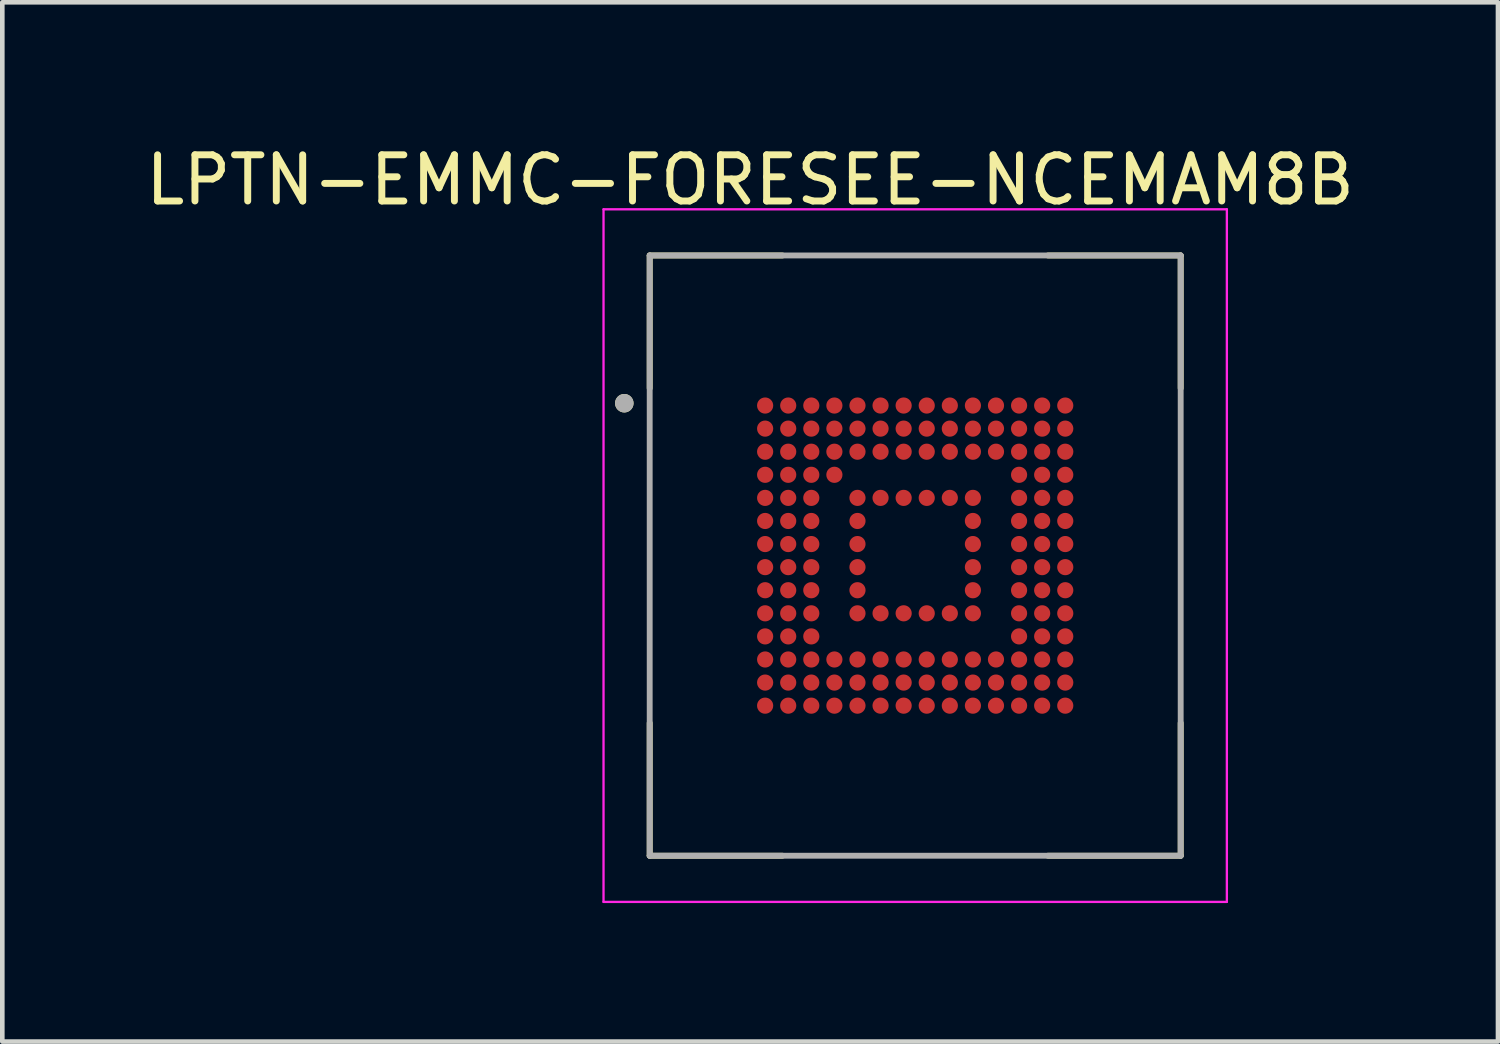
<source format=kicad_pcb>
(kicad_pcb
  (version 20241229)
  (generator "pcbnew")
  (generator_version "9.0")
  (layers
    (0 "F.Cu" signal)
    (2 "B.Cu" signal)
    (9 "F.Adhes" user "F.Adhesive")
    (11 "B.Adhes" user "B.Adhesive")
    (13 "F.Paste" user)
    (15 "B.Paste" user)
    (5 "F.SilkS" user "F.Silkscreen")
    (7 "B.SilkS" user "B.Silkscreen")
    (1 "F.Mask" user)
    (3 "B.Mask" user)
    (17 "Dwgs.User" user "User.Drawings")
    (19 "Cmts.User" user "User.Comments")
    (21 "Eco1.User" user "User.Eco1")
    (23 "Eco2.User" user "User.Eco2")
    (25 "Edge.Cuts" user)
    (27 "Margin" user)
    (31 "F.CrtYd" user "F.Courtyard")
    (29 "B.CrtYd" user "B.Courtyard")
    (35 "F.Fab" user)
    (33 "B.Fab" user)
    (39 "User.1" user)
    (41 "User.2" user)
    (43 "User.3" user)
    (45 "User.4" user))
  (footprint "LPTN-EMMC-FORESEE-NCEMAM8B"
    (layer "F.Cu")
    (at 16.771 8.983)
    (property "Reference" "LPTN-EMMC-FORESEE-NCEMAM8B" (at -3.575 -8.135 0) (layer "F.SilkS") (effects (font (size 1 1) (thickness 0.15))))
    (attr through_hole)
    (fp_circle (center -3.25 -3.25) (end -3.15 -3.25) (stroke (width 0.2) (type solid)) (fill no) (layer "F.Mask"))
    (fp_circle (center -3.25 -2.75) (end -3.15 -2.75) (stroke (width 0.2) (type solid)) (fill no) (layer "F.Mask"))
    (fp_circle (center -3.25 -2.25) (end -3.15 -2.25) (stroke (width 0.2) (type solid)) (fill no) (layer "F.Mask"))
    (fp_circle (center -3.25 -1.75) (end -3.15 -1.75) (stroke (width 0.2) (type solid)) (fill no) (layer "F.Mask"))
    (fp_circle (center -3.25 -1.25) (end -3.15 -1.25) (stroke (width 0.2) (type solid)) (fill no) (layer "F.Mask"))
    (fp_circle (center -3.25 -0.75) (end -3.15 -0.75) (stroke (width 0.2) (type solid)) (fill no) (layer "F.Mask"))
    (fp_circle (center -3.25 -0.25) (end -3.15 -0.25) (stroke (width 0.2) (type solid)) (fill no) (layer "F.Mask"))
    (fp_circle (center -3.25 0.25) (end -3.15 0.25) (stroke (width 0.2) (type solid)) (fill no) (layer "F.Mask"))
    (fp_circle (center -3.25 0.75) (end -3.15 0.75) (stroke (width 0.2) (type solid)) (fill no) (layer "F.Mask"))
    (fp_circle (center -3.25 1.25) (end -3.15 1.25) (stroke (width 0.2) (type solid)) (fill no) (layer "F.Mask"))
    (fp_circle (center -3.25 1.75) (end -3.15 1.75) (stroke (width 0.2) (type solid)) (fill no) (layer "F.Mask"))
    (fp_circle (center -3.25 2.25) (end -3.15 2.25) (stroke (width 0.2) (type solid)) (fill no) (layer "F.Mask"))
    (fp_circle (center -3.25 2.75) (end -3.15 2.75) (stroke (width 0.2) (type solid)) (fill no) (layer "F.Mask"))
    (fp_circle (center -3.25 3.25) (end -3.15 3.25) (stroke (width 0.2) (type solid)) (fill no) (layer "F.Mask"))
    (fp_circle (center -2.75 -3.25) (end -2.65 -3.25) (stroke (width 0.2) (type solid)) (fill no) (layer "F.Mask"))
    (fp_circle (center -2.75 -2.75) (end -2.65 -2.75) (stroke (width 0.2) (type solid)) (fill no) (layer "F.Mask"))
    (fp_circle (center -2.75 -2.25) (end -2.65 -2.25) (stroke (width 0.2) (type solid)) (fill no) (layer "F.Mask"))
    (fp_circle (center -2.75 -1.75) (end -2.65 -1.75) (stroke (width 0.2) (type solid)) (fill no) (layer "F.Mask"))
    (fp_circle (center -2.75 -1.25) (end -2.65 -1.25) (stroke (width 0.2) (type solid)) (fill no) (layer "F.Mask"))
    (fp_circle (center -2.75 -0.75) (end -2.65 -0.75) (stroke (width 0.2) (type solid)) (fill no) (layer "F.Mask"))
    (fp_circle (center -2.75 -0.25) (end -2.65 -0.25) (stroke (width 0.2) (type solid)) (fill no) (layer "F.Mask"))
    (fp_circle (center -2.75 0.25) (end -2.65 0.25) (stroke (width 0.2) (type solid)) (fill no) (layer "F.Mask"))
    (fp_circle (center -2.75 0.75) (end -2.65 0.75) (stroke (width 0.2) (type solid)) (fill no) (layer "F.Mask"))
    (fp_circle (center -2.75 1.25) (end -2.65 1.25) (stroke (width 0.2) (type solid)) (fill no) (layer "F.Mask"))
    (fp_circle (center -2.75 1.75) (end -2.65 1.75) (stroke (width 0.2) (type solid)) (fill no) (layer "F.Mask"))
    (fp_circle (center -2.75 2.25) (end -2.65 2.25) (stroke (width 0.2) (type solid)) (fill no) (layer "F.Mask"))
    (fp_circle (center -2.75 2.75) (end -2.65 2.75) (stroke (width 0.2) (type solid)) (fill no) (layer "F.Mask"))
    (fp_circle (center -2.75 3.25) (end -2.65 3.25) (stroke (width 0.2) (type solid)) (fill no) (layer "F.Mask"))
    (fp_circle (center -2.25 -3.25) (end -2.15 -3.25) (stroke (width 0.2) (type solid)) (fill no) (layer "F.Mask"))
    (fp_circle (center -2.25 -2.75) (end -2.15 -2.75) (stroke (width 0.2) (type solid)) (fill no) (layer "F.Mask"))
    (fp_circle (center -2.25 -2.25) (end -2.15 -2.25) (stroke (width 0.2) (type solid)) (fill no) (layer "F.Mask"))
    (fp_circle (center -2.25 -1.75) (end -2.15 -1.75) (stroke (width 0.2) (type solid)) (fill no) (layer "F.Mask"))
    (fp_circle (center -2.25 -1.25) (end -2.15 -1.25) (stroke (width 0.2) (type solid)) (fill no) (layer "F.Mask"))
    (fp_circle (center -2.25 -0.75) (end -2.15 -0.75) (stroke (width 0.2) (type solid)) (fill no) (layer "F.Mask"))
    (fp_circle (center -2.25 -0.25) (end -2.15 -0.25) (stroke (width 0.2) (type solid)) (fill no) (layer "F.Mask"))
    (fp_circle (center -2.25 0.25) (end -2.15 0.25) (stroke (width 0.2) (type solid)) (fill no) (layer "F.Mask"))
    (fp_circle (center -2.25 0.75) (end -2.15 0.75) (stroke (width 0.2) (type solid)) (fill no) (layer "F.Mask"))
    (fp_circle (center -2.25 1.25) (end -2.15 1.25) (stroke (width 0.2) (type solid)) (fill no) (layer "F.Mask"))
    (fp_circle (center -2.25 1.75) (end -2.15 1.75) (stroke (width 0.2) (type solid)) (fill no) (layer "F.Mask"))
    (fp_circle (center -2.25 2.25) (end -2.15 2.25) (stroke (width 0.2) (type solid)) (fill no) (layer "F.Mask"))
    (fp_circle (center -2.25 2.75) (end -2.15 2.75) (stroke (width 0.2) (type solid)) (fill no) (layer "F.Mask"))
    (fp_circle (center -2.25 3.25) (end -2.15 3.25) (stroke (width 0.2) (type solid)) (fill no) (layer "F.Mask"))
    (fp_circle (center -1.75 -3.25) (end -1.65 -3.25) (stroke (width 0.2) (type solid)) (fill no) (layer "F.Mask"))
    (fp_circle (center -1.75 -2.75) (end -1.65 -2.75) (stroke (width 0.2) (type solid)) (fill no) (layer "F.Mask"))
    (fp_circle (center -1.75 -2.25) (end -1.65 -2.25) (stroke (width 0.2) (type solid)) (fill no) (layer "F.Mask"))
    (fp_circle (center -1.75 -1.75) (end -1.65 -1.75) (stroke (width 0.2) (type solid)) (fill no) (layer "F.Mask"))
    (fp_circle (center -1.75 2.25) (end -1.65 2.25) (stroke (width 0.2) (type solid)) (fill no) (layer "F.Mask"))
    (fp_circle (center -1.75 2.75) (end -1.65 2.75) (stroke (width 0.2) (type solid)) (fill no) (layer "F.Mask"))
    (fp_circle (center -1.75 3.25) (end -1.65 3.25) (stroke (width 0.2) (type solid)) (fill no) (layer "F.Mask"))
    (fp_circle (center -1.25 -3.25) (end -1.15 -3.25) (stroke (width 0.2) (type solid)) (fill no) (layer "F.Mask"))
    (fp_circle (center -1.25 -2.75) (end -1.15 -2.75) (stroke (width 0.2) (type solid)) (fill no) (layer "F.Mask"))
    (fp_circle (center -1.25 -2.25) (end -1.15 -2.25) (stroke (width 0.2) (type solid)) (fill no) (layer "F.Mask"))
    (fp_circle (center -1.25 -1.25) (end -1.15 -1.25) (stroke (width 0.2) (type solid)) (fill no) (layer "F.Mask"))
    (fp_circle (center -1.25 -0.75) (end -1.15 -0.75) (stroke (width 0.2) (type solid)) (fill no) (layer "F.Mask"))
    (fp_circle (center -1.25 -0.25) (end -1.15 -0.25) (stroke (width 0.2) (type solid)) (fill no) (layer "F.Mask"))
    (fp_circle (center -1.25 0.25) (end -1.15 0.25) (stroke (width 0.2) (type solid)) (fill no) (layer "F.Mask"))
    (fp_circle (center -1.25 0.75) (end -1.15 0.75) (stroke (width 0.2) (type solid)) (fill no) (layer "F.Mask"))
    (fp_circle (center -1.25 1.25) (end -1.15 1.25) (stroke (width 0.2) (type solid)) (fill no) (layer "F.Mask"))
    (fp_circle (center -1.25 2.25) (end -1.15 2.25) (stroke (width 0.2) (type solid)) (fill no) (layer "F.Mask"))
    (fp_circle (center -1.25 2.75) (end -1.15 2.75) (stroke (width 0.2) (type solid)) (fill no) (layer "F.Mask"))
    (fp_circle (center -1.25 3.25) (end -1.15 3.25) (stroke (width 0.2) (type solid)) (fill no) (layer "F.Mask"))
    (fp_circle (center -0.75 -3.25) (end -0.65 -3.25) (stroke (width 0.2) (type solid)) (fill no) (layer "F.Mask"))
    (fp_circle (center -0.75 -2.75) (end -0.65 -2.75) (stroke (width 0.2) (type solid)) (fill no) (layer "F.Mask"))
    (fp_circle (center -0.75 -2.25) (end -0.65 -2.25) (stroke (width 0.2) (type solid)) (fill no) (layer "F.Mask"))
    (fp_circle (center -0.75 -1.25) (end -0.65 -1.25) (stroke (width 0.2) (type solid)) (fill no) (layer "F.Mask"))
    (fp_circle (center -0.75 1.25) (end -0.65 1.25) (stroke (width 0.2) (type solid)) (fill no) (layer "F.Mask"))
    (fp_circle (center -0.75 2.25) (end -0.65 2.25) (stroke (width 0.2) (type solid)) (fill no) (layer "F.Mask"))
    (fp_circle (center -0.75 2.75) (end -0.65 2.75) (stroke (width 0.2) (type solid)) (fill no) (layer "F.Mask"))
    (fp_circle (center -0.75 3.25) (end -0.65 3.25) (stroke (width 0.2) (type solid)) (fill no) (layer "F.Mask"))
    (fp_circle (center -0.25 -3.25) (end -0.15 -3.25) (stroke (width 0.2) (type solid)) (fill no) (layer "F.Mask"))
    (fp_circle (center -0.25 -2.75) (end -0.15 -2.75) (stroke (width 0.2) (type solid)) (fill no) (layer "F.Mask"))
    (fp_circle (center -0.25 -2.25) (end -0.15 -2.25) (stroke (width 0.2) (type solid)) (fill no) (layer "F.Mask"))
    (fp_circle (center -0.25 -1.25) (end -0.15 -1.25) (stroke (width 0.2) (type solid)) (fill no) (layer "F.Mask"))
    (fp_circle (center -0.25 1.25) (end -0.15 1.25) (stroke (width 0.2) (type solid)) (fill no) (layer "F.Mask"))
    (fp_circle (center -0.25 2.25) (end -0.15 2.25) (stroke (width 0.2) (type solid)) (fill no) (layer "F.Mask"))
    (fp_circle (center -0.25 2.75) (end -0.15 2.75) (stroke (width 0.2) (type solid)) (fill no) (layer "F.Mask"))
    (fp_circle (center -0.25 3.25) (end -0.15 3.25) (stroke (width 0.2) (type solid)) (fill no) (layer "F.Mask"))
    (fp_circle (center 0.25 -3.25) (end 0.35 -3.25) (stroke (width 0.2) (type solid)) (fill no) (layer "F.Mask"))
    (fp_circle (center 0.25 -2.75) (end 0.35 -2.75) (stroke (width 0.2) (type solid)) (fill no) (layer "F.Mask"))
    (fp_circle (center 0.25 -2.25) (end 0.35 -2.25) (stroke (width 0.2) (type solid)) (fill no) (layer "F.Mask"))
    (fp_circle (center 0.25 -1.25) (end 0.35 -1.25) (stroke (width 0.2) (type solid)) (fill no) (layer "F.Mask"))
    (fp_circle (center 0.25 1.25) (end 0.35 1.25) (stroke (width 0.2) (type solid)) (fill no) (layer "F.Mask"))
    (fp_circle (center 0.25 2.25) (end 0.35 2.25) (stroke (width 0.2) (type solid)) (fill no) (layer "F.Mask"))
    (fp_circle (center 0.25 2.75) (end 0.35 2.75) (stroke (width 0.2) (type solid)) (fill no) (layer "F.Mask"))
    (fp_circle (center 0.25 3.25) (end 0.35 3.25) (stroke (width 0.2) (type solid)) (fill no) (layer "F.Mask"))
    (fp_circle (center 0.75 -3.25) (end 0.85 -3.25) (stroke (width 0.2) (type solid)) (fill no) (layer "F.Mask"))
    (fp_circle (center 0.75 -2.75) (end 0.85 -2.75) (stroke (width 0.2) (type solid)) (fill no) (layer "F.Mask"))
    (fp_circle (center 0.75 -2.25) (end 0.85 -2.25) (stroke (width 0.2) (type solid)) (fill no) (layer "F.Mask"))
    (fp_circle (center 0.75 -1.25) (end 0.85 -1.25) (stroke (width 0.2) (type solid)) (fill no) (layer "F.Mask"))
    (fp_circle (center 0.75 1.25) (end 0.85 1.25) (stroke (width 0.2) (type solid)) (fill no) (layer "F.Mask"))
    (fp_circle (center 0.75 2.25) (end 0.85 2.25) (stroke (width 0.2) (type solid)) (fill no) (layer "F.Mask"))
    (fp_circle (center 0.75 2.75) (end 0.85 2.75) (stroke (width 0.2) (type solid)) (fill no) (layer "F.Mask"))
    (fp_circle (center 0.75 3.25) (end 0.85 3.25) (stroke (width 0.2) (type solid)) (fill no) (layer "F.Mask"))
    (fp_circle (center 1.25 -3.25) (end 1.35 -3.25) (stroke (width 0.2) (type solid)) (fill no) (layer "F.Mask"))
    (fp_circle (center 1.25 -2.75) (end 1.35 -2.75) (stroke (width 0.2) (type solid)) (fill no) (layer "F.Mask"))
    (fp_circle (center 1.25 -2.25) (end 1.35 -2.25) (stroke (width 0.2) (type solid)) (fill no) (layer "F.Mask"))
    (fp_circle (center 1.25 -1.25) (end 1.35 -1.25) (stroke (width 0.2) (type solid)) (fill no) (layer "F.Mask"))
    (fp_circle (center 1.25 -0.75) (end 1.35 -0.75) (stroke (width 0.2) (type solid)) (fill no) (layer "F.Mask"))
    (fp_circle (center 1.25 -0.25) (end 1.35 -0.25) (stroke (width 0.2) (type solid)) (fill no) (layer "F.Mask"))
    (fp_circle (center 1.25 0.25) (end 1.35 0.25) (stroke (width 0.2) (type solid)) (fill no) (layer "F.Mask"))
    (fp_circle (center 1.25 0.75) (end 1.35 0.75) (stroke (width 0.2) (type solid)) (fill no) (layer "F.Mask"))
    (fp_circle (center 1.25 1.25) (end 1.35 1.25) (stroke (width 0.2) (type solid)) (fill no) (layer "F.Mask"))
    (fp_circle (center 1.25 2.25) (end 1.35 2.25) (stroke (width 0.2) (type solid)) (fill no) (layer "F.Mask"))
    (fp_circle (center 1.25 2.75) (end 1.35 2.75) (stroke (width 0.2) (type solid)) (fill no) (layer "F.Mask"))
    (fp_circle (center 1.25 3.25) (end 1.35 3.25) (stroke (width 0.2) (type solid)) (fill no) (layer "F.Mask"))
    (fp_circle (center 1.75 -3.25) (end 1.85 -3.25) (stroke (width 0.2) (type solid)) (fill no) (layer "F.Mask"))
    (fp_circle (center 1.75 -2.75) (end 1.85 -2.75) (stroke (width 0.2) (type solid)) (fill no) (layer "F.Mask"))
    (fp_circle (center 1.75 -2.25) (end 1.85 -2.25) (stroke (width 0.2) (type solid)) (fill no) (layer "F.Mask"))
    (fp_circle (center 1.75 2.25) (end 1.85 2.25) (stroke (width 0.2) (type solid)) (fill no) (layer "F.Mask"))
    (fp_circle (center 1.75 2.75) (end 1.85 2.75) (stroke (width 0.2) (type solid)) (fill no) (layer "F.Mask"))
    (fp_circle (center 1.75 3.25) (end 1.85 3.25) (stroke (width 0.2) (type solid)) (fill no) (layer "F.Mask"))
    (fp_circle (center 2.25 -3.25) (end 2.35 -3.25) (stroke (width 0.2) (type solid)) (fill no) (layer "F.Mask"))
    (fp_circle (center 2.25 -2.75) (end 2.35 -2.75) (stroke (width 0.2) (type solid)) (fill no) (layer "F.Mask"))
    (fp_circle (center 2.25 -2.25) (end 2.35 -2.25) (stroke (width 0.2) (type solid)) (fill no) (layer "F.Mask"))
    (fp_circle (center 2.25 -1.75) (end 2.35 -1.75) (stroke (width 0.2) (type solid)) (fill no) (layer "F.Mask"))
    (fp_circle (center 2.25 -1.25) (end 2.35 -1.25) (stroke (width 0.2) (type solid)) (fill no) (layer "F.Mask"))
    (fp_circle (center 2.25 -0.75) (end 2.35 -0.75) (stroke (width 0.2) (type solid)) (fill no) (layer "F.Mask"))
    (fp_circle (center 2.25 -0.25) (end 2.35 -0.25) (stroke (width 0.2) (type solid)) (fill no) (layer "F.Mask"))
    (fp_circle (center 2.25 0.25) (end 2.35 0.25) (stroke (width 0.2) (type solid)) (fill no) (layer "F.Mask"))
    (fp_circle (center 2.25 0.75) (end 2.35 0.75) (stroke (width 0.2) (type solid)) (fill no) (layer "F.Mask"))
    (fp_circle (center 2.25 1.25) (end 2.35 1.25) (stroke (width 0.2) (type solid)) (fill no) (layer "F.Mask"))
    (fp_circle (center 2.25 1.75) (end 2.35 1.75) (stroke (width 0.2) (type solid)) (fill no) (layer "F.Mask"))
    (fp_circle (center 2.25 2.25) (end 2.35 2.25) (stroke (width 0.2) (type solid)) (fill no) (layer "F.Mask"))
    (fp_circle (center 2.25 2.75) (end 2.35 2.75) (stroke (width 0.2) (type solid)) (fill no) (layer "F.Mask"))
    (fp_circle (center 2.25 3.25) (end 2.35 3.25) (stroke (width 0.2) (type solid)) (fill no) (layer "F.Mask"))
    (fp_circle (center 2.75 -3.25) (end 2.85 -3.25) (stroke (width 0.2) (type solid)) (fill no) (layer "F.Mask"))
    (fp_circle (center 2.75 -2.75) (end 2.85 -2.75) (stroke (width 0.2) (type solid)) (fill no) (layer "F.Mask"))
    (fp_circle (center 2.75 -2.25) (end 2.85 -2.25) (stroke (width 0.2) (type solid)) (fill no) (layer "F.Mask"))
    (fp_circle (center 2.75 -1.75) (end 2.85 -1.75) (stroke (width 0.2) (type solid)) (fill no) (layer "F.Mask"))
    (fp_circle (center 2.75 -1.25) (end 2.85 -1.25) (stroke (width 0.2) (type solid)) (fill no) (layer "F.Mask"))
    (fp_circle (center 2.75 -0.75) (end 2.85 -0.75) (stroke (width 0.2) (type solid)) (fill no) (layer "F.Mask"))
    (fp_circle (center 2.75 -0.25) (end 2.85 -0.25) (stroke (width 0.2) (type solid)) (fill no) (layer "F.Mask"))
    (fp_circle (center 2.75 0.25) (end 2.85 0.25) (stroke (width 0.2) (type solid)) (fill no) (layer "F.Mask"))
    (fp_circle (center 2.75 0.75) (end 2.85 0.75) (stroke (width 0.2) (type solid)) (fill no) (layer "F.Mask"))
    (fp_circle (center 2.75 1.25) (end 2.85 1.25) (stroke (width 0.2) (type solid)) (fill no) (layer "F.Mask"))
    (fp_circle (center 2.75 1.75) (end 2.85 1.75) (stroke (width 0.2) (type solid)) (fill no) (layer "F.Mask"))
    (fp_circle (center 2.75 2.25) (end 2.85 2.25) (stroke (width 0.2) (type solid)) (fill no) (layer "F.Mask"))
    (fp_circle (center 2.75 2.75) (end 2.85 2.75) (stroke (width 0.2) (type solid)) (fill no) (layer "F.Mask"))
    (fp_circle (center 2.75 3.25) (end 2.85 3.25) (stroke (width 0.2) (type solid)) (fill no) (layer "F.Mask"))
    (fp_circle (center 3.25 -3.25) (end 3.35 -3.25) (stroke (width 0.2) (type solid)) (fill no) (layer "F.Mask"))
    (fp_circle (center 3.25 -2.75) (end 3.35 -2.75) (stroke (width 0.2) (type solid)) (fill no) (layer "F.Mask"))
    (fp_circle (center 3.25 -2.25) (end 3.35 -2.25) (stroke (width 0.2) (type solid)) (fill no) (layer "F.Mask"))
    (fp_circle (center 3.25 -1.75) (end 3.35 -1.75) (stroke (width 0.2) (type solid)) (fill no) (layer "F.Mask"))
    (fp_circle (center 3.25 -1.25) (end 3.35 -1.25) (stroke (width 0.2) (type solid)) (fill no) (layer "F.Mask"))
    (fp_circle (center 3.25 -0.75) (end 3.35 -0.75) (stroke (width 0.2) (type solid)) (fill no) (layer "F.Mask"))
    (fp_circle (center 3.25 -0.25) (end 3.35 -0.25) (stroke (width 0.2) (type solid)) (fill no) (layer "F.Mask"))
    (fp_circle (center 3.25 0.25) (end 3.35 0.25) (stroke (width 0.2) (type solid)) (fill no) (layer "F.Mask"))
    (fp_circle (center 3.25 0.75) (end 3.35 0.75) (stroke (width 0.2) (type solid)) (fill no) (layer "F.Mask"))
    (fp_circle (center 3.25 1.25) (end 3.35 1.25) (stroke (width 0.2) (type solid)) (fill no) (layer "F.Mask"))
    (fp_circle (center 3.25 1.75) (end 3.35 1.75) (stroke (width 0.2) (type solid)) (fill no) (layer "F.Mask"))
    (fp_circle (center 3.25 2.25) (end 3.35 2.25) (stroke (width 0.2) (type solid)) (fill no) (layer "F.Mask"))
    (fp_circle (center 3.25 2.75) (end 3.35 2.75) (stroke (width 0.2) (type solid)) (fill no) (layer "F.Mask"))
    (fp_circle (center 3.25 3.25) (end 3.35 3.25) (stroke (width 0.2) (type solid)) (fill no) (layer "F.Mask"))
    (fp_line (start -5.75 -3.625) (end -5.75 -6.5) (stroke (width 0.127) (type solid)) (layer "F.SilkS"))
    (fp_line (start -5.75 6.5) (end -5.75 3.625) (stroke (width 0.127) (type solid)) (layer "F.SilkS"))
    (fp_line (start -2.875 -6.5) (end -5.75 -6.5) (stroke (width 0.127) (type solid)) (layer "F.SilkS"))
    (fp_line (start -2.875 6.5) (end -5.75 6.5) (stroke (width 0.127) (type solid)) (layer "F.SilkS"))
    (fp_line (start 5.75 -6.5) (end 2.875 -6.5) (stroke (width 0.127) (type solid)) (layer "F.SilkS"))
    (fp_line (start 5.75 -3.625) (end 5.75 -6.5) (stroke (width 0.127) (type solid)) (layer "F.SilkS"))
    (fp_line (start 5.75 6.5) (end 2.875 6.5) (stroke (width 0.127) (type solid)) (layer "F.SilkS"))
    (fp_line (start 5.75 6.5) (end 5.75 3.625) (stroke (width 0.127) (type solid)) (layer "F.SilkS"))
    (fp_circle (center -6.3 -3.3) (end -6.2 -3.3) (stroke (width 0.2) (type solid)) (fill no) (layer "F.SilkS"))
    (fp_line (start -6.75 -7.5) (end 6.75 -7.5) (stroke (width 0.05) (type solid)) (layer "F.CrtYd"))
    (fp_line (start -6.75 7.5) (end -6.75 -7.5) (stroke (width 0.05) (type solid)) (layer "F.CrtYd"))
    (fp_line (start -6.75 7.5) (end 6.75 7.5) (stroke (width 0.05) (type solid)) (layer "F.CrtYd"))
    (fp_line (start 6.75 7.5) (end 6.75 -7.5) (stroke (width 0.05) (type solid)) (layer "F.CrtYd"))
    (fp_line (start -5.75 6.5) (end -5.75 -6.5) (stroke (width 0.127) (type solid)) (layer "F.Fab"))
    (fp_line (start 5.75 -6.5) (end -5.75 -6.5) (stroke (width 0.127) (type solid)) (layer "F.Fab"))
    (fp_line (start 5.75 6.5) (end -5.75 6.5) (stroke (width 0.127) (type solid)) (layer "F.Fab"))
    (fp_line (start 5.75 6.5) (end 5.75 -6.5) (stroke (width 0.127) (type solid)) (layer "F.Fab"))
    (fp_circle (center -6.3 -3.3) (end -6.2 -3.3) (stroke (width 0.2) (type solid)) (fill no) (layer "F.Fab"))
    (pad "A1" smd circle (at -3.25 -3.25) (size 0.35 0.35) (layers "F.Cu" "F.Paste"))
    (pad "A2" smd circle (at -2.75 -3.25) (size 0.35 0.35) (layers "F.Cu" "F.Paste"))
    (pad "A3" smd circle (at -2.25 -3.25) (size 0.35 0.35) (layers "F.Cu" "F.Paste"))
    (pad "A4" smd circle (at -1.75 -3.25) (size 0.35 0.35) (layers "F.Cu" "F.Paste"))
    (pad "A5" smd circle (at -1.25 -3.25) (size 0.35 0.35) (layers "F.Cu" "F.Paste"))
    (pad "A6" smd circle (at -0.75 -3.25) (size 0.35 0.35) (layers "F.Cu" "F.Paste"))
    (pad "A7" smd circle (at -0.25 -3.25) (size 0.35 0.35) (layers "F.Cu" "F.Paste"))
    (pad "A8" smd circle (at 0.25 -3.25) (size 0.35 0.35) (layers "F.Cu" "F.Paste"))
    (pad "A9" smd circle (at 0.75 -3.25) (size 0.35 0.35) (layers "F.Cu" "F.Paste"))
    (pad "A10" smd circle (at 1.25 -3.25) (size 0.35 0.35) (layers "F.Cu" "F.Paste"))
    (pad "A11" smd circle (at 1.75 -3.25) (size 0.35 0.35) (layers "F.Cu" "F.Paste"))
    (pad "A12" smd circle (at 2.25 -3.25) (size 0.35 0.35) (layers "F.Cu" "F.Paste"))
    (pad "A13" smd circle (at 2.75 -3.25) (size 0.35 0.35) (layers "F.Cu" "F.Paste"))
    (pad "A14" smd circle (at 3.25 -3.25) (size 0.35 0.35) (layers "F.Cu" "F.Paste"))
    (pad "B1" smd circle (at -3.25 -2.75) (size 0.35 0.35) (layers "F.Cu" "F.Paste"))
    (pad "B2" smd circle (at -2.75 -2.75) (size 0.35 0.35) (layers "F.Cu" "F.Paste"))
    (pad "B3" smd circle (at -2.25 -2.75) (size 0.35 0.35) (layers "F.Cu" "F.Paste"))
    (pad "B4" smd circle (at -1.75 -2.75) (size 0.35 0.35) (layers "F.Cu" "F.Paste"))
    (pad "B5" smd circle (at -1.25 -2.75) (size 0.35 0.35) (layers "F.Cu" "F.Paste"))
    (pad "B6" smd circle (at -0.75 -2.75) (size 0.35 0.35) (layers "F.Cu" "F.Paste"))
    (pad "B7" smd circle (at -0.25 -2.75) (size 0.35 0.35) (layers "F.Cu" "F.Paste"))
    (pad "B8" smd circle (at 0.25 -2.75) (size 0.35 0.35) (layers "F.Cu" "F.Paste"))
    (pad "B9" smd circle (at 0.75 -2.75) (size 0.35 0.35) (layers "F.Cu" "F.Paste"))
    (pad "B10" smd circle (at 1.25 -2.75) (size 0.35 0.35) (layers "F.Cu" "F.Paste"))
    (pad "B11" smd circle (at 1.75 -2.75) (size 0.35 0.35) (layers "F.Cu" "F.Paste"))
    (pad "B12" smd circle (at 2.25 -2.75) (size 0.35 0.35) (layers "F.Cu" "F.Paste"))
    (pad "B13" smd circle (at 2.75 -2.75) (size 0.35 0.35) (layers "F.Cu" "F.Paste"))
    (pad "B14" smd circle (at 3.25 -2.75) (size 0.35 0.35) (layers "F.Cu" "F.Paste"))
    (pad "C1" smd circle (at -3.25 -2.25) (size 0.35 0.35) (layers "F.Cu" "F.Paste"))
    (pad "C2" smd circle (at -2.75 -2.25) (size 0.35 0.35) (layers "F.Cu" "F.Paste"))
    (pad "C3" smd circle (at -2.25 -2.25) (size 0.35 0.35) (layers "F.Cu" "F.Paste"))
    (pad "C4" smd circle (at -1.75 -2.25) (size 0.35 0.35) (layers "F.Cu" "F.Paste"))
    (pad "C5" smd circle (at -1.25 -2.25) (size 0.35 0.35) (layers "F.Cu" "F.Paste"))
    (pad "C6" smd circle (at -0.75 -2.25) (size 0.35 0.35) (layers "F.Cu" "F.Paste"))
    (pad "C7" smd circle (at -0.25 -2.25) (size 0.35 0.35) (layers "F.Cu" "F.Paste"))
    (pad "C8" smd circle (at 0.25 -2.25) (size 0.35 0.35) (layers "F.Cu" "F.Paste"))
    (pad "C9" smd circle (at 0.75 -2.25) (size 0.35 0.35) (layers "F.Cu" "F.Paste"))
    (pad "C10" smd circle (at 1.25 -2.25) (size 0.35 0.35) (layers "F.Cu" "F.Paste"))
    (pad "C11" smd circle (at 1.75 -2.25) (size 0.35 0.35) (layers "F.Cu" "F.Paste"))
    (pad "C12" smd circle (at 2.25 -2.25) (size 0.35 0.35) (layers "F.Cu" "F.Paste"))
    (pad "C13" smd circle (at 2.75 -2.25) (size 0.35 0.35) (layers "F.Cu" "F.Paste"))
    (pad "C14" smd circle (at 3.25 -2.25) (size 0.35 0.35) (layers "F.Cu" "F.Paste"))
    (pad "D1" smd circle (at -3.25 -1.75) (size 0.35 0.35) (layers "F.Cu" "F.Paste"))
    (pad "D2" smd circle (at -2.75 -1.75) (size 0.35 0.35) (layers "F.Cu" "F.Paste"))
    (pad "D3" smd circle (at -2.25 -1.75) (size 0.35 0.35) (layers "F.Cu" "F.Paste"))
    (pad "D4" smd circle (at -1.75 -1.75) (size 0.35 0.35) (layers "F.Cu" "F.Paste"))
    (pad "D12" smd circle (at 2.25 -1.75) (size 0.35 0.35) (layers "F.Cu" "F.Paste"))
    (pad "D13" smd circle (at 2.75 -1.75) (size 0.35 0.35) (layers "F.Cu" "F.Paste"))
    (pad "D14" smd circle (at 3.25 -1.75) (size 0.35 0.35) (layers "F.Cu" "F.Paste"))
    (pad "E1" smd circle (at -3.25 -1.25) (size 0.35 0.35) (layers "F.Cu" "F.Paste"))
    (pad "E2" smd circle (at -2.75 -1.25) (size 0.35 0.35) (layers "F.Cu" "F.Paste"))
    (pad "E3" smd circle (at -2.25 -1.25) (size 0.35 0.35) (layers "F.Cu" "F.Paste"))
    (pad "E5" smd circle (at -1.25 -1.25) (size 0.35 0.35) (layers "F.Cu" "F.Paste"))
    (pad "E6" smd circle (at -0.75 -1.25) (size 0.35 0.35) (layers "F.Cu" "F.Paste"))
    (pad "E7" smd circle (at -0.25 -1.25) (size 0.35 0.35) (layers "F.Cu" "F.Paste"))
    (pad "E8" smd circle (at 0.25 -1.25) (size 0.35 0.35) (layers "F.Cu" "F.Paste"))
    (pad "E9" smd circle (at 0.75 -1.25) (size 0.35 0.35) (layers "F.Cu" "F.Paste"))
    (pad "E10" smd circle (at 1.25 -1.25) (size 0.35 0.35) (layers "F.Cu" "F.Paste"))
    (pad "E12" smd circle (at 2.25 -1.25) (size 0.35 0.35) (layers "F.Cu" "F.Paste"))
    (pad "E13" smd circle (at 2.75 -1.25) (size 0.35 0.35) (layers "F.Cu" "F.Paste"))
    (pad "E14" smd circle (at 3.25 -1.25) (size 0.35 0.35) (layers "F.Cu" "F.Paste"))
    (pad "F1" smd circle (at -3.25 -0.75) (size 0.35 0.35) (layers "F.Cu" "F.Paste"))
    (pad "F2" smd circle (at -2.75 -0.75) (size 0.35 0.35) (layers "F.Cu" "F.Paste"))
    (pad "F3" smd circle (at -2.25 -0.75) (size 0.35 0.35) (layers "F.Cu" "F.Paste"))
    (pad "F5" smd circle (at -1.25 -0.75) (size 0.35 0.35) (layers "F.Cu" "F.Paste"))
    (pad "F10" smd circle (at 1.25 -0.75) (size 0.35 0.35) (layers "F.Cu" "F.Paste"))
    (pad "F12" smd circle (at 2.25 -0.75) (size 0.35 0.35) (layers "F.Cu" "F.Paste"))
    (pad "F13" smd circle (at 2.75 -0.75) (size 0.35 0.35) (layers "F.Cu" "F.Paste"))
    (pad "F14" smd circle (at 3.25 -0.75) (size 0.35 0.35) (layers "F.Cu" "F.Paste"))
    (pad "G1" smd circle (at -3.25 -0.25) (size 0.35 0.35) (layers "F.Cu" "F.Paste"))
    (pad "G2" smd circle (at -2.75 -0.25) (size 0.35 0.35) (layers "F.Cu" "F.Paste"))
    (pad "G3" smd circle (at -2.25 -0.25) (size 0.35 0.35) (layers "F.Cu" "F.Paste"))
    (pad "G5" smd circle (at -1.25 -0.25) (size 0.35 0.35) (layers "F.Cu" "F.Paste"))
    (pad "G10" smd circle (at 1.25 -0.25) (size 0.35 0.35) (layers "F.Cu" "F.Paste"))
    (pad "G12" smd circle (at 2.25 -0.25) (size 0.35 0.35) (layers "F.Cu" "F.Paste"))
    (pad "G13" smd circle (at 2.75 -0.25) (size 0.35 0.35) (layers "F.Cu" "F.Paste"))
    (pad "G14" smd circle (at 3.25 -0.25) (size 0.35 0.35) (layers "F.Cu" "F.Paste"))
    (pad "H1" smd circle (at -3.25 0.25) (size 0.35 0.35) (layers "F.Cu" "F.Paste"))
    (pad "H2" smd circle (at -2.75 0.25) (size 0.35 0.35) (layers "F.Cu" "F.Paste"))
    (pad "H3" smd circle (at -2.25 0.25) (size 0.35 0.35) (layers "F.Cu" "F.Paste"))
    (pad "H5" smd circle (at -1.25 0.25) (size 0.35 0.35) (layers "F.Cu" "F.Paste"))
    (pad "H10" smd circle (at 1.25 0.25) (size 0.35 0.35) (layers "F.Cu" "F.Paste"))
    (pad "H12" smd circle (at 2.25 0.25) (size 0.35 0.35) (layers "F.Cu" "F.Paste"))
    (pad "H13" smd circle (at 2.75 0.25) (size 0.35 0.35) (layers "F.Cu" "F.Paste"))
    (pad "H14" smd circle (at 3.25 0.25) (size 0.35 0.35) (layers "F.Cu" "F.Paste"))
    (pad "J1" smd circle (at -3.25 0.75) (size 0.35 0.35) (layers "F.Cu" "F.Paste"))
    (pad "J2" smd circle (at -2.75 0.75) (size 0.35 0.35) (layers "F.Cu" "F.Paste"))
    (pad "J3" smd circle (at -2.25 0.75) (size 0.35 0.35) (layers "F.Cu" "F.Paste"))
    (pad "J5" smd circle (at -1.25 0.75) (size 0.35 0.35) (layers "F.Cu" "F.Paste"))
    (pad "J10" smd circle (at 1.25 0.75) (size 0.35 0.35) (layers "F.Cu" "F.Paste"))
    (pad "J12" smd circle (at 2.25 0.75) (size 0.35 0.35) (layers "F.Cu" "F.Paste"))
    (pad "J13" smd circle (at 2.75 0.75) (size 0.35 0.35) (layers "F.Cu" "F.Paste"))
    (pad "J14" smd circle (at 3.25 0.75) (size 0.35 0.35) (layers "F.Cu" "F.Paste"))
    (pad "K1" smd circle (at -3.25 1.25) (size 0.35 0.35) (layers "F.Cu" "F.Paste"))
    (pad "K2" smd circle (at -2.75 1.25) (size 0.35 0.35) (layers "F.Cu" "F.Paste"))
    (pad "K3" smd circle (at -2.25 1.25) (size 0.35 0.35) (layers "F.Cu" "F.Paste"))
    (pad "K5" smd circle (at -1.25 1.25) (size 0.35 0.35) (layers "F.Cu" "F.Paste"))
    (pad "K6" smd circle (at -0.75 1.25) (size 0.35 0.35) (layers "F.Cu" "F.Paste"))
    (pad "K7" smd circle (at -0.25 1.25) (size 0.35 0.35) (layers "F.Cu" "F.Paste"))
    (pad "K8" smd circle (at 0.25 1.25) (size 0.35 0.35) (layers "F.Cu" "F.Paste"))
    (pad "K9" smd circle (at 0.75 1.25) (size 0.35 0.35) (layers "F.Cu" "F.Paste"))
    (pad "K10" smd circle (at 1.25 1.25) (size 0.35 0.35) (layers "F.Cu" "F.Paste"))
    (pad "K12" smd circle (at 2.25 1.25) (size 0.35 0.35) (layers "F.Cu" "F.Paste"))
    (pad "K13" smd circle (at 2.75 1.25) (size 0.35 0.35) (layers "F.Cu" "F.Paste"))
    (pad "K14" smd circle (at 3.25 1.25) (size 0.35 0.35) (layers "F.Cu" "F.Paste"))
    (pad "L1" smd circle (at -3.25 1.75) (size 0.35 0.35) (layers "F.Cu" "F.Paste"))
    (pad "L2" smd circle (at -2.75 1.75) (size 0.35 0.35) (layers "F.Cu" "F.Paste"))
    (pad "L3" smd circle (at -2.25 1.75) (size 0.35 0.35) (layers "F.Cu" "F.Paste"))
    (pad "L12" smd circle (at 2.25 1.75) (size 0.35 0.35) (layers "F.Cu" "F.Paste"))
    (pad "L13" smd circle (at 2.75 1.75) (size 0.35 0.35) (layers "F.Cu" "F.Paste"))
    (pad "L14" smd circle (at 3.25 1.75) (size 0.35 0.35) (layers "F.Cu" "F.Paste"))
    (pad "M1" smd circle (at -3.25 2.25) (size 0.35 0.35) (layers "F.Cu" "F.Paste"))
    (pad "M2" smd circle (at -2.75 2.25) (size 0.35 0.35) (layers "F.Cu" "F.Paste"))
    (pad "M3" smd circle (at -2.25 2.25) (size 0.35 0.35) (layers "F.Cu" "F.Paste"))
    (pad "M4" smd circle (at -1.75 2.25) (size 0.35 0.35) (layers "F.Cu" "F.Paste"))
    (pad "M5" smd circle (at -1.25 2.25) (size 0.35 0.35) (layers "F.Cu" "F.Paste"))
    (pad "M6" smd circle (at -0.75 2.25) (size 0.35 0.35) (layers "F.Cu" "F.Paste"))
    (pad "M7" smd circle (at -0.25 2.25) (size 0.35 0.35) (layers "F.Cu" "F.Paste"))
    (pad "M8" smd circle (at 0.25 2.25) (size 0.35 0.35) (layers "F.Cu" "F.Paste"))
    (pad "M9" smd circle (at 0.75 2.25) (size 0.35 0.35) (layers "F.Cu" "F.Paste"))
    (pad "M10" smd circle (at 1.25 2.25) (size 0.35 0.35) (layers "F.Cu" "F.Paste"))
    (pad "M11" smd circle (at 1.75 2.25) (size 0.35 0.35) (layers "F.Cu" "F.Paste"))
    (pad "M12" smd circle (at 2.25 2.25) (size 0.35 0.35) (layers "F.Cu" "F.Paste"))
    (pad "M13" smd circle (at 2.75 2.25) (size 0.35 0.35) (layers "F.Cu" "F.Paste"))
    (pad "M14" smd circle (at 3.25 2.25) (size 0.35 0.35) (layers "F.Cu" "F.Paste"))
    (pad "N1" smd circle (at -3.25 2.75) (size 0.35 0.35) (layers "F.Cu" "F.Paste"))
    (pad "N2" smd circle (at -2.75 2.75) (size 0.35 0.35) (layers "F.Cu" "F.Paste"))
    (pad "N3" smd circle (at -2.25 2.75) (size 0.35 0.35) (layers "F.Cu" "F.Paste"))
    (pad "N4" smd circle (at -1.75 2.75) (size 0.35 0.35) (layers "F.Cu" "F.Paste"))
    (pad "N5" smd circle (at -1.25 2.75) (size 0.35 0.35) (layers "F.Cu" "F.Paste"))
    (pad "N6" smd circle (at -0.75 2.75) (size 0.35 0.35) (layers "F.Cu" "F.Paste"))
    (pad "N7" smd circle (at -0.25 2.75) (size 0.35 0.35) (layers "F.Cu" "F.Paste"))
    (pad "N8" smd circle (at 0.25 2.75) (size 0.35 0.35) (layers "F.Cu" "F.Paste"))
    (pad "N9" smd circle (at 0.75 2.75) (size 0.35 0.35) (layers "F.Cu" "F.Paste"))
    (pad "N10" smd circle (at 1.25 2.75) (size 0.35 0.35) (layers "F.Cu" "F.Paste"))
    (pad "N11" smd circle (at 1.75 2.75) (size 0.35 0.35) (layers "F.Cu" "F.Paste"))
    (pad "N12" smd circle (at 2.25 2.75) (size 0.35 0.35) (layers "F.Cu" "F.Paste"))
    (pad "N13" smd circle (at 2.75 2.75) (size 0.35 0.35) (layers "F.Cu" "F.Paste"))
    (pad "N14" smd circle (at 3.25 2.75) (size 0.35 0.35) (layers "F.Cu" "F.Paste"))
    (pad "P1" smd circle (at -3.25 3.25) (size 0.35 0.35) (layers "F.Cu" "F.Paste"))
    (pad "P2" smd circle (at -2.75 3.25) (size 0.35 0.35) (layers "F.Cu" "F.Paste"))
    (pad "P3" smd circle (at -2.25 3.25) (size 0.35 0.35) (layers "F.Cu" "F.Paste"))
    (pad "P4" smd circle (at -1.75 3.25) (size 0.35 0.35) (layers "F.Cu" "F.Paste"))
    (pad "P5" smd circle (at -1.25 3.25) (size 0.35 0.35) (layers "F.Cu" "F.Paste"))
    (pad "P6" smd circle (at -0.75 3.25) (size 0.35 0.35) (layers "F.Cu" "F.Paste"))
    (pad "P7" smd circle (at -0.25 3.25) (size 0.35 0.35) (layers "F.Cu" "F.Paste"))
    (pad "P8" smd circle (at 0.25 3.25) (size 0.35 0.35) (layers "F.Cu" "F.Paste"))
    (pad "P9" smd circle (at 0.75 3.25) (size 0.35 0.35) (layers "F.Cu" "F.Paste"))
    (pad "P10" smd circle (at 1.25 3.25) (size 0.35 0.35) (layers "F.Cu" "F.Paste"))
    (pad "P11" smd circle (at 1.75 3.25) (size 0.35 0.35) (layers "F.Cu" "F.Paste"))
    (pad "P12" smd circle (at 2.25 3.25) (size 0.35 0.35) (layers "F.Cu" "F.Paste"))
    (pad "P13" smd circle (at 2.75 3.25) (size 0.35 0.35) (layers "F.Cu" "F.Paste"))
    (pad "P14" smd circle (at 3.25 3.25) (size 0.35 0.35) (layers "F.Cu" "F.Paste")))
  (gr_rect
    (start -3 -3)
    (end 29.393 19.508)
    (stroke (width 0.1) (type default))
    (fill no)
    (layer "Edge.Cuts")))
</source>
